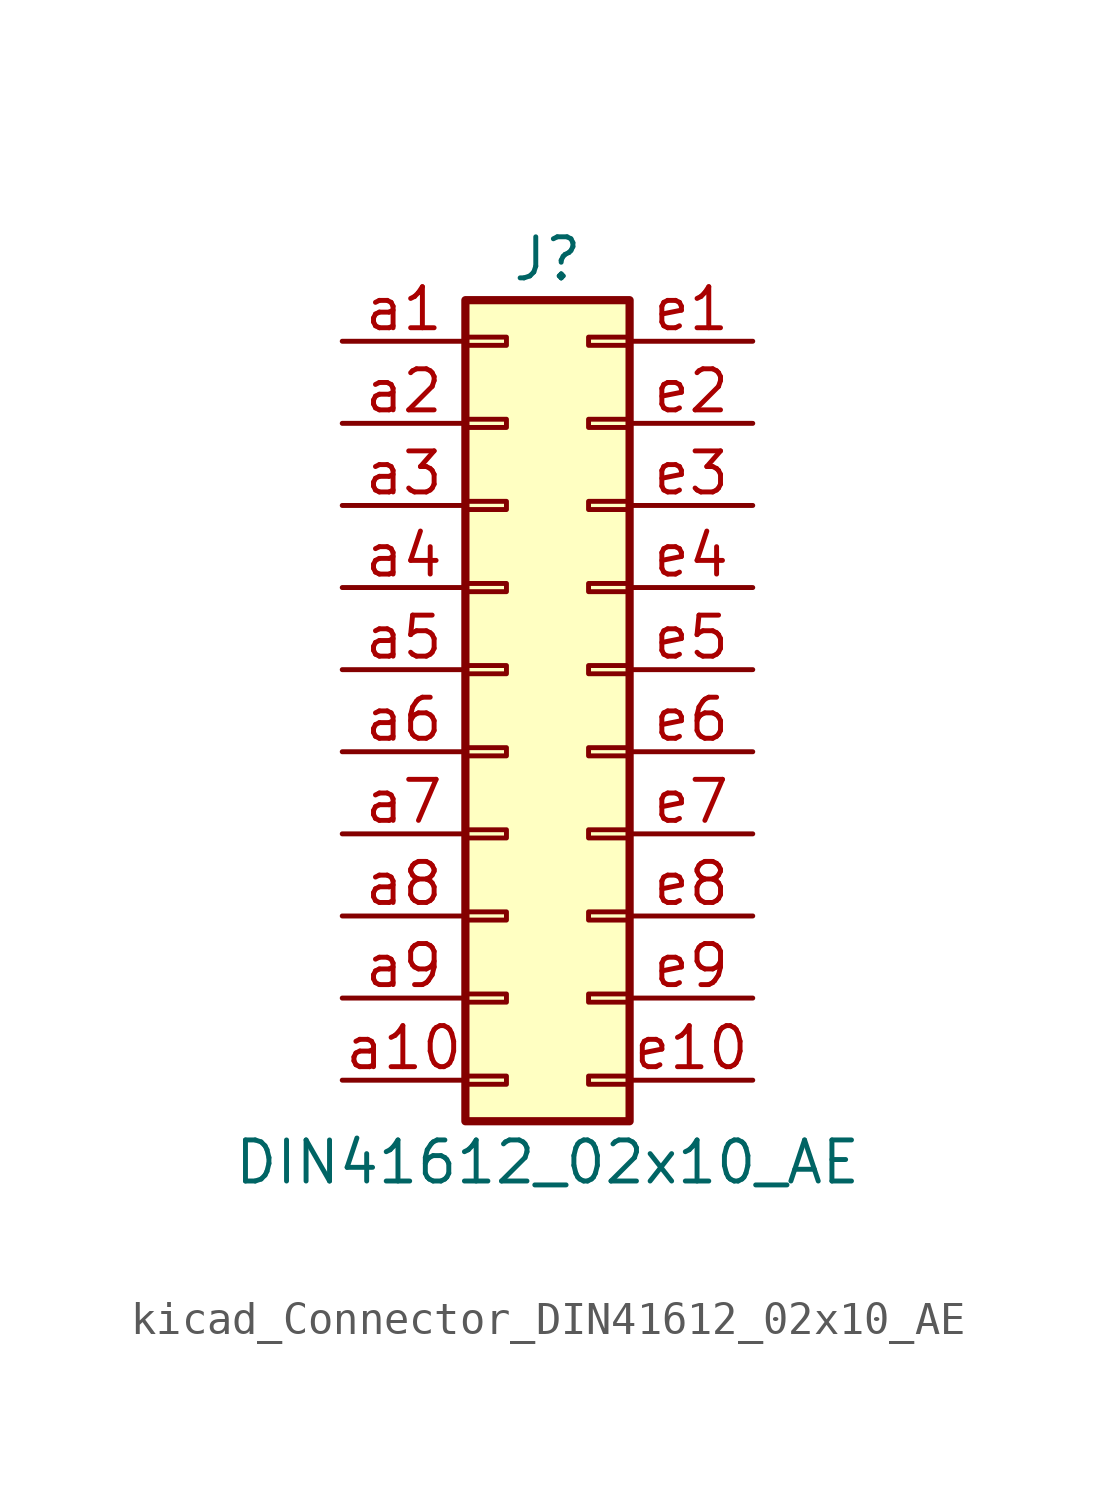
<source format=kicad_sym>
(kicad_symbol_lib
  (version 20220914)
  (generator kicad_symbol_editor)
  (symbol "kicad_Connector_DIN41612_02x10_AE"
    (pin_names
      (offset 1.016) hide)
    (property "Reference" "J"
      (at 1.27 12.7 0)
      (effects (font (size 1.27 1.27))))
    (property "Value" "DIN41612_02x10_AE"
      (at 1.27 -15.24 0)
      (effects (font (size 1.27 1.27))))
    (symbol "kicad_Connector_DIN41612_02x10_AE_1_1"
      (rectangle (start -1.27 -12.573) (end 0 -12.827) (stroke (width 0.152) (type default)) (fill (type none)))
      (rectangle (start -1.27 -10.033) (end 0 -10.287) (stroke (width 0.152) (type default)) (fill (type none)))
      (rectangle (start -1.27 -7.493) (end 0 -7.747) (stroke (width 0.152) (type default)) (fill (type none)))
      (rectangle (start -1.27 -4.953) (end 0 -5.207) (stroke (width 0.152) (type default)) (fill (type none)))
      (rectangle (start -1.27 -2.413) (end 0 -2.667) (stroke (width 0.152) (type default)) (fill (type none)))
      (rectangle (start -1.27 0.127) (end 0 -0.127) (stroke (width 0.152) (type default)) (fill (type none)))
      (rectangle (start -1.27 2.667) (end 0 2.413) (stroke (width 0.152) (type default)) (fill (type none)))
      (rectangle (start -1.27 5.207) (end 0 4.953) (stroke (width 0.152) (type default)) (fill (type none)))
      (rectangle (start -1.27 7.747) (end 0 7.493) (stroke (width 0.152) (type default)) (fill (type none)))
      (rectangle (start -1.27 10.287) (end 0 10.033) (stroke (width 0.152) (type default)) (fill (type none)))
      (rectangle (start -1.27 11.43) (end 3.81 -13.97) (stroke (width 0.254) (type default)) (fill (type background)))
      (rectangle (start 3.81 -12.573) (end 2.54 -12.827) (stroke (width 0.152) (type default)) (fill (type none)))
      (rectangle (start 3.81 -10.033) (end 2.54 -10.287) (stroke (width 0.152) (type default)) (fill (type none)))
      (rectangle (start 3.81 -7.493) (end 2.54 -7.747) (stroke (width 0.152) (type default)) (fill (type none)))
      (rectangle (start 3.81 -4.953) (end 2.54 -5.207) (stroke (width 0.152) (type default)) (fill (type none)))
      (rectangle (start 3.81 -2.413) (end 2.54 -2.667) (stroke (width 0.152) (type default)) (fill (type none)))
      (rectangle (start 3.81 0.127) (end 2.54 -0.127) (stroke (width 0.152) (type default)) (fill (type none)))
      (rectangle (start 3.81 2.667) (end 2.54 2.413) (stroke (width 0.152) (type default)) (fill (type none)))
      (rectangle (start 3.81 5.207) (end 2.54 4.953) (stroke (width 0.152) (type default)) (fill (type none)))
      (rectangle (start 3.81 7.747) (end 2.54 7.493) (stroke (width 0.152) (type default)) (fill (type none)))
      (rectangle (start 3.81 10.287) (end 2.54 10.033) (stroke (width 0.152) (type default)) (fill (type none)))
      (pin passive line (at -5.08 10.16 0) (length 3.81) (name "Pin_a1" (effects (font (size 1.27 1.27)))) (number "a1" (effects (font (size 1.27 1.27)))))
      (pin passive line (at -5.08 -12.7 0) (length 3.81) (name "Pin_a10" (effects (font (size 1.27 1.27)))) (number "a10" (effects (font (size 1.27 1.27)))))
      (pin passive line (at -5.08 7.62 0) (length 3.81) (name "Pin_a2" (effects (font (size 1.27 1.27)))) (number "a2" (effects (font (size 1.27 1.27)))))
      (pin passive line (at -5.08 5.08 0) (length 3.81) (name "Pin_a3" (effects (font (size 1.27 1.27)))) (number "a3" (effects (font (size 1.27 1.27)))))
      (pin passive line (at -5.08 2.54 0) (length 3.81) (name "Pin_a4" (effects (font (size 1.27 1.27)))) (number "a4" (effects (font (size 1.27 1.27)))))
      (pin passive line (at -5.08 0 0) (length 3.81) (name "Pin_a5" (effects (font (size 1.27 1.27)))) (number "a5" (effects (font (size 1.27 1.27)))))
      (pin passive line (at -5.08 -2.54 0) (length 3.81) (name "Pin_a6" (effects (font (size 1.27 1.27)))) (number "a6" (effects (font (size 1.27 1.27)))))
      (pin passive line (at -5.08 -5.08 0) (length 3.81) (name "Pin_a7" (effects (font (size 1.27 1.27)))) (number "a7" (effects (font (size 1.27 1.27)))))
      (pin passive line (at -5.08 -7.62 0) (length 3.81) (name "Pin_a8" (effects (font (size 1.27 1.27)))) (number "a8" (effects (font (size 1.27 1.27)))))
      (pin passive line (at -5.08 -10.16 0) (length 3.81) (name "Pin_a9" (effects (font (size 1.27 1.27)))) (number "a9" (effects (font (size 1.27 1.27)))))
      (pin passive line (at 7.62 10.16 180) (length 3.81) (name "Pin_e1" (effects (font (size 1.27 1.27)))) (number "e1" (effects (font (size 1.27 1.27)))))
      (pin passive line (at 7.62 -12.7 180) (length 3.81) (name "Pin_e10" (effects (font (size 1.27 1.27)))) (number "e10" (effects (font (size 1.27 1.27)))))
      (pin passive line (at 7.62 7.62 180) (length 3.81) (name "Pin_e2" (effects (font (size 1.27 1.27)))) (number "e2" (effects (font (size 1.27 1.27)))))
      (pin passive line (at 7.62 5.08 180) (length 3.81) (name "Pin_e3" (effects (font (size 1.27 1.27)))) (number "e3" (effects (font (size 1.27 1.27)))))
      (pin passive line (at 7.62 2.54 180) (length 3.81) (name "Pin_e4" (effects (font (size 1.27 1.27)))) (number "e4" (effects (font (size 1.27 1.27)))))
      (pin passive line (at 7.62 0 180) (length 3.81) (name "Pin_e5" (effects (font (size 1.27 1.27)))) (number "e5" (effects (font (size 1.27 1.27)))))
      (pin passive line (at 7.62 -2.54 180) (length 3.81) (name "Pin_e6" (effects (font (size 1.27 1.27)))) (number "e6" (effects (font (size 1.27 1.27)))))
      (pin passive line (at 7.62 -5.08 180) (length 3.81) (name "Pin_e7" (effects (font (size 1.27 1.27)))) (number "e7" (effects (font (size 1.27 1.27)))))
      (pin passive line (at 7.62 -7.62 180) (length 3.81) (name "Pin_e8" (effects (font (size 1.27 1.27)))) (number "e8" (effects (font (size 1.27 1.27)))))
      (pin passive line (at 7.62 -10.16 180) (length 3.81) (name "Pin_e9" (effects (font (size 1.27 1.27)))) (number "e9" (effects (font (size 1.27 1.27))))))))
</source>
